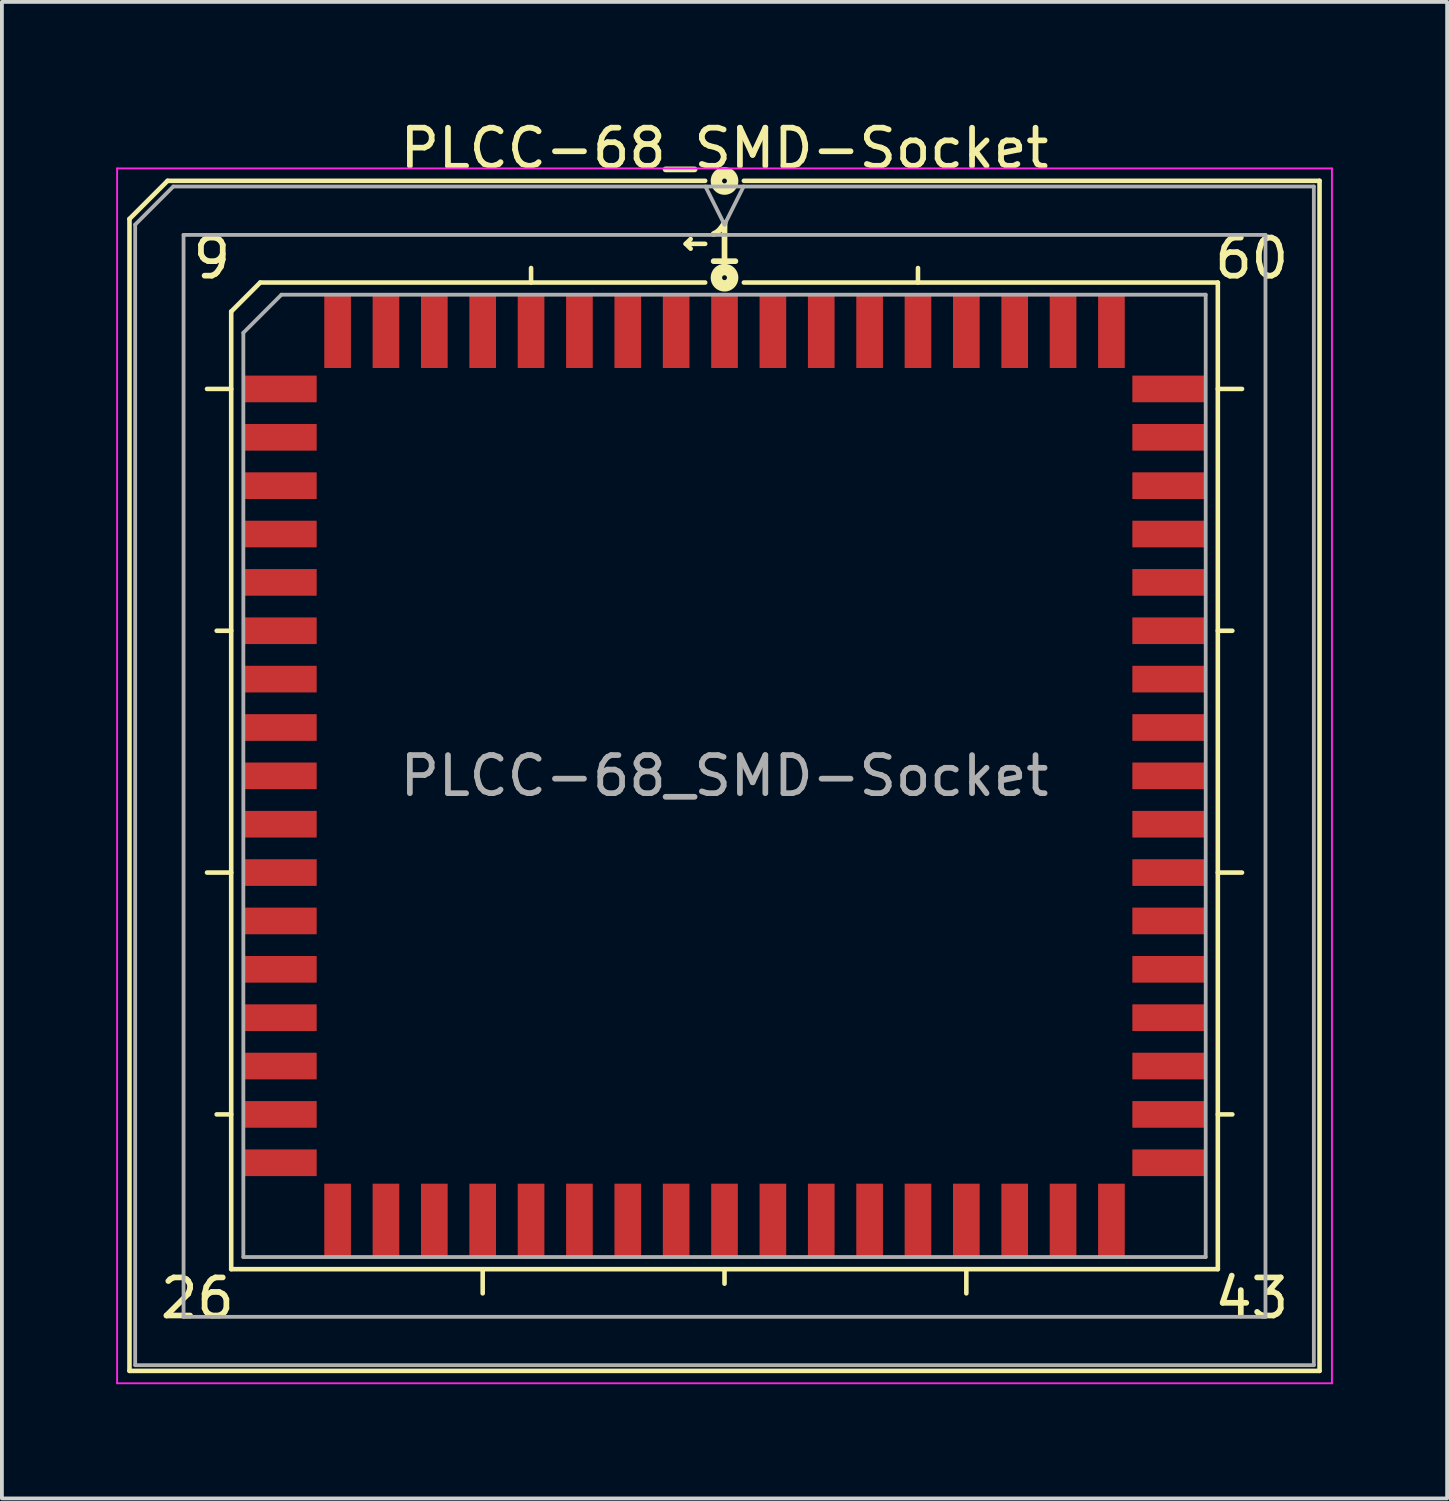
<source format=kicad_pcb>
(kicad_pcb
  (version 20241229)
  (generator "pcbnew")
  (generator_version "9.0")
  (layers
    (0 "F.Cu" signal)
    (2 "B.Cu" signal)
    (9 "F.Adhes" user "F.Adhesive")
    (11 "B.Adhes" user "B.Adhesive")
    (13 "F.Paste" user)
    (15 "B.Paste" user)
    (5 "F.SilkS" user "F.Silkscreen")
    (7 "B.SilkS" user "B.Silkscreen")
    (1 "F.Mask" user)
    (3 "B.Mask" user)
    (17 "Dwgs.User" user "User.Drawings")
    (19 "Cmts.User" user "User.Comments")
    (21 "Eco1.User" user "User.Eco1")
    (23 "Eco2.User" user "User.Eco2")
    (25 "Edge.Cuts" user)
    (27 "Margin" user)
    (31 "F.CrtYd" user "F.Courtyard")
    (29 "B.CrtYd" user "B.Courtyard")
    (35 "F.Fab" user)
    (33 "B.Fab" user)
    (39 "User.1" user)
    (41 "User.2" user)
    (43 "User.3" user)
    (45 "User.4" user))
  (footprint "PLCC-68_SMD-Socket"
    (layer "F.Cu")
    (at 15.975 17.323)
    (property "Reference" "PLCC-68_SMD-Socket" (at 0 -16.475 0) (layer "F.SilkS") (effects (font (size 1 1) (thickness 0.15))))
    (attr smd)
    (fp_line (start -15.625 -14.625) (end -15.625 15.625) (stroke (width 0.12) (type solid)) (layer "F.SilkS"))
    (fp_line (start -15.625 15.625) (end 15.625 15.625) (stroke (width 0.12) (type solid)) (layer "F.SilkS"))
    (fp_line (start -14.625 -15.625) (end -15.625 -14.625) (stroke (width 0.12) (type solid)) (layer "F.SilkS"))
    (fp_line (start -12.954 -12.192) (end -12.954 12.954) (stroke (width 0.12) (type solid)) (layer "F.SilkS"))
    (fp_line (start -12.954 -10.16) (end -13.589 -10.16) (stroke (width 0.12) (type solid)) (layer "F.SilkS"))
    (fp_line (start -12.954 -3.81) (end -13.335 -3.81) (stroke (width 0.12) (type solid)) (layer "F.SilkS"))
    (fp_line (start -12.954 2.54) (end -13.589 2.54) (stroke (width 0.12) (type solid)) (layer "F.SilkS"))
    (fp_line (start -12.954 8.89) (end -13.335 8.89) (stroke (width 0.12) (type solid)) (layer "F.SilkS"))
    (fp_line (start -12.954 12.954) (end 12.954 12.954) (stroke (width 0.12) (type solid)) (layer "F.SilkS"))
    (fp_line (start -12.192 -12.954) (end -12.954 -12.192) (stroke (width 0.12) (type solid)) (layer "F.SilkS"))
    (fp_line (start -6.35 12.954) (end -6.35 13.589) (stroke (width 0.12) (type solid)) (layer "F.SilkS"))
    (fp_line (start -5.08 -12.954) (end -5.08 -13.335) (stroke (width 0.12) (type solid)) (layer "F.SilkS"))
    (fp_line (start -1.016 -13.97) (end -0.889 -14.097) (stroke (width 0.12) (type solid)) (layer "F.SilkS"))
    (fp_line (start -1.016 -13.97) (end -0.889 -13.843) (stroke (width 0.12) (type solid)) (layer "F.SilkS"))
    (fp_line (start -0.508 -15.625) (end -14.625 -15.625) (stroke (width 0.12) (type solid)) (layer "F.SilkS"))
    (fp_line (start -0.508 -13.97) (end -1.016 -13.97) (stroke (width 0.12) (type solid)) (layer "F.SilkS"))
    (fp_line (start -0.508 -12.954) (end -12.192 -12.954) (stroke (width 0.12) (type solid)) (layer "F.SilkS"))
    (fp_line (start 0 12.954) (end 0 13.335) (stroke (width 0.12) (type solid)) (layer "F.SilkS"))
    (fp_line (start 5.08 -12.954) (end 5.08 -13.335) (stroke (width 0.12) (type solid)) (layer "F.SilkS"))
    (fp_line (start 6.35 12.954) (end 6.35 13.589) (stroke (width 0.12) (type solid)) (layer "F.SilkS"))
    (fp_line (start 12.954 -12.954) (end 0.508 -12.954) (stroke (width 0.12) (type solid)) (layer "F.SilkS"))
    (fp_line (start 12.954 -10.16) (end 13.589 -10.16) (stroke (width 0.12) (type solid)) (layer "F.SilkS"))
    (fp_line (start 12.954 -3.81) (end 13.335 -3.81) (stroke (width 0.12) (type solid)) (layer "F.SilkS"))
    (fp_line (start 12.954 2.54) (end 13.589 2.54) (stroke (width 0.12) (type solid)) (layer "F.SilkS"))
    (fp_line (start 12.954 8.89) (end 13.335 8.89) (stroke (width 0.12) (type solid)) (layer "F.SilkS"))
    (fp_line (start 12.954 12.954) (end 12.954 -12.954) (stroke (width 0.12) (type solid)) (layer "F.SilkS"))
    (fp_line (start 15.625 -15.625) (end 0.508 -15.625) (stroke (width 0.12) (type solid)) (layer "F.SilkS"))
    (fp_line (start 15.625 15.625) (end 15.625 -15.625) (stroke (width 0.12) (type solid)) (layer "F.SilkS"))
    (fp_circle (center 0 -15.621) (end 0.064 -15.621) (stroke (width 0.3) (type solid)) (fill no) (layer "F.SilkS"))
    (fp_circle (center 0 -13.081) (end 0.064 -13.081) (stroke (width 0.3) (type solid)) (fill no) (layer "F.SilkS"))
    (fp_line (start -15.95 -15.95) (end -15.95 15.95) (stroke (width 0.05) (type solid)) (layer "F.CrtYd"))
    (fp_line (start -15.95 15.95) (end 15.95 15.95) (stroke (width 0.05) (type solid)) (layer "F.CrtYd"))
    (fp_line (start 15.95 -15.95) (end -15.95 -15.95) (stroke (width 0.05) (type solid)) (layer "F.CrtYd"))
    (fp_line (start 15.95 15.95) (end 15.95 -15.95) (stroke (width 0.05) (type solid)) (layer "F.CrtYd"))
    (fp_line (start -15.475 -14.475) (end -15.475 15.475) (stroke (width 0.1) (type solid)) (layer "F.Fab"))
    (fp_line (start -15.475 15.475) (end 15.475 15.475) (stroke (width 0.1) (type solid)) (layer "F.Fab"))
    (fp_line (start -14.475 -15.475) (end -15.475 -14.475) (stroke (width 0.1) (type solid)) (layer "F.Fab"))
    (fp_line (start -14.205 -14.205) (end -14.205 14.205) (stroke (width 0.1) (type solid)) (layer "F.Fab"))
    (fp_line (start -14.205 14.205) (end 14.205 14.205) (stroke (width 0.1) (type solid)) (layer "F.Fab"))
    (fp_line (start -12.635 -11.635) (end -12.635 12.635) (stroke (width 0.1) (type solid)) (layer "F.Fab"))
    (fp_line (start -12.635 12.635) (end 12.635 12.635) (stroke (width 0.1) (type solid)) (layer "F.Fab"))
    (fp_line (start -11.635 -12.635) (end -12.635 -11.635) (stroke (width 0.1) (type solid)) (layer "F.Fab"))
    (fp_line (start -0.5 -15.475) (end 0 -14.475) (stroke (width 0.1) (type solid)) (layer "F.Fab"))
    (fp_line (start 0 -14.475) (end 0.5 -15.475) (stroke (width 0.1) (type solid)) (layer "F.Fab"))
    (fp_line (start 12.635 -12.635) (end -11.635 -12.635) (stroke (width 0.1) (type solid)) (layer "F.Fab"))
    (fp_line (start 12.635 12.635) (end 12.635 -12.635) (stroke (width 0.1) (type solid)) (layer "F.Fab"))
    (fp_line (start 14.205 -14.205) (end -14.205 -14.205) (stroke (width 0.1) (type solid)) (layer "F.Fab"))
    (fp_line (start 14.205 14.205) (end 14.205 -14.205) (stroke (width 0.1) (type solid)) (layer "F.Fab"))
    (fp_line (start 15.475 -15.475) (end -14.475 -15.475) (stroke (width 0.1) (type solid)) (layer "F.Fab"))
    (fp_line (start 15.475 15.475) (end 15.475 -15.475) (stroke (width 0.1) (type solid)) (layer "F.Fab"))
    (fp_text user "60" (at 13.843 -13.589 0) (unlocked yes) (layer "F.SilkS") (effects (font (size 1 1) (thickness 0.15))))
    (fp_text user "1" (at 0 -13.97 0) (unlocked yes) (layer "F.SilkS") (effects (font (size 1 1) (thickness 0.15))))
    (fp_text user "9" (at -13.462 -13.589 0) (unlocked yes) (layer "F.SilkS") (effects (font (size 1 1) (thickness 0.15))))
    (fp_text user "43" (at 13.843 13.716 0) (unlocked yes) (layer "F.SilkS") (effects (font (size 1 1) (thickness 0.15))))
    (fp_text user "26" (at -13.843 13.716 0) (unlocked yes) (layer "F.SilkS") (effects (font (size 1 1) (thickness 0.15))))
    (fp_text user "${REFERENCE}" (at 0 0 0) (layer "F.Fab") (effects (font (size 1 1) (thickness 0.15))))
    (pad "1" smd rect (at 0 -11.672) (size 0.7 1.925) (layers "F.Cu" "F.Mask" "F.Paste"))
    (pad "2" smd rect (at -1.27 -11.672) (size 0.7 1.925) (layers "F.Cu" "F.Mask" "F.Paste"))
    (pad "3" smd rect (at -2.54 -11.672) (size 0.7 1.925) (layers "F.Cu" "F.Mask" "F.Paste"))
    (pad "4" smd rect (at -3.81 -11.672) (size 0.7 1.925) (layers "F.Cu" "F.Mask" "F.Paste"))
    (pad "5" smd rect (at -5.08 -11.672) (size 0.7 1.925) (layers "F.Cu" "F.Mask" "F.Paste"))
    (pad "6" smd rect (at -6.35 -11.672) (size 0.7 1.925) (layers "F.Cu" "F.Mask" "F.Paste"))
    (pad "7" smd rect (at -7.62 -11.672) (size 0.7 1.925) (layers "F.Cu" "F.Mask" "F.Paste"))
    (pad "8" smd rect (at -8.89 -11.672) (size 0.7 1.925) (layers "F.Cu" "F.Mask" "F.Paste"))
    (pad "9" smd rect (at -10.16 -11.672) (size 0.7 1.925) (layers "F.Cu" "F.Mask" "F.Paste"))
    (pad "10" smd rect (at -11.672 -10.16) (size 1.925 0.7) (layers "F.Cu" "F.Mask" "F.Paste"))
    (pad "11" smd rect (at -11.672 -8.89) (size 1.925 0.7) (layers "F.Cu" "F.Mask" "F.Paste"))
    (pad "12" smd rect (at -11.672 -7.62) (size 1.925 0.7) (layers "F.Cu" "F.Mask" "F.Paste"))
    (pad "13" smd rect (at -11.672 -6.35) (size 1.925 0.7) (layers "F.Cu" "F.Mask" "F.Paste"))
    (pad "14" smd rect (at -11.672 -5.08) (size 1.925 0.7) (layers "F.Cu" "F.Mask" "F.Paste"))
    (pad "15" smd rect (at -11.672 -3.81) (size 1.925 0.7) (layers "F.Cu" "F.Mask" "F.Paste"))
    (pad "16" smd rect (at -11.672 -2.54) (size 1.925 0.7) (layers "F.Cu" "F.Mask" "F.Paste"))
    (pad "17" smd rect (at -11.672 -1.27) (size 1.925 0.7) (layers "F.Cu" "F.Mask" "F.Paste"))
    (pad "18" smd rect (at -11.672 0) (size 1.925 0.7) (layers "F.Cu" "F.Mask" "F.Paste"))
    (pad "19" smd rect (at -11.672 1.27) (size 1.925 0.7) (layers "F.Cu" "F.Mask" "F.Paste"))
    (pad "20" smd rect (at -11.672 2.54) (size 1.925 0.7) (layers "F.Cu" "F.Mask" "F.Paste"))
    (pad "21" smd rect (at -11.672 3.81) (size 1.925 0.7) (layers "F.Cu" "F.Mask" "F.Paste"))
    (pad "22" smd rect (at -11.672 5.08) (size 1.925 0.7) (layers "F.Cu" "F.Mask" "F.Paste"))
    (pad "23" smd rect (at -11.672 6.35) (size 1.925 0.7) (layers "F.Cu" "F.Mask" "F.Paste"))
    (pad "24" smd rect (at -11.672 7.62) (size 1.925 0.7) (layers "F.Cu" "F.Mask" "F.Paste"))
    (pad "25" smd rect (at -11.672 8.89) (size 1.925 0.7) (layers "F.Cu" "F.Mask" "F.Paste"))
    (pad "26" smd rect (at -11.672 10.16) (size 1.925 0.7) (layers "F.Cu" "F.Mask" "F.Paste"))
    (pad "27" smd rect (at -10.16 11.672) (size 0.7 1.925) (layers "F.Cu" "F.Mask" "F.Paste"))
    (pad "28" smd rect (at -8.89 11.672) (size 0.7 1.925) (layers "F.Cu" "F.Mask" "F.Paste"))
    (pad "29" smd rect (at -7.62 11.672) (size 0.7 1.925) (layers "F.Cu" "F.Mask" "F.Paste"))
    (pad "30" smd rect (at -6.35 11.672) (size 0.7 1.925) (layers "F.Cu" "F.Mask" "F.Paste"))
    (pad "31" smd rect (at -5.08 11.672) (size 0.7 1.925) (layers "F.Cu" "F.Mask" "F.Paste"))
    (pad "32" smd rect (at -3.81 11.672) (size 0.7 1.925) (layers "F.Cu" "F.Mask" "F.Paste"))
    (pad "33" smd rect (at -2.54 11.672) (size 0.7 1.925) (layers "F.Cu" "F.Mask" "F.Paste"))
    (pad "34" smd rect (at -1.27 11.672) (size 0.7 1.925) (layers "F.Cu" "F.Mask" "F.Paste"))
    (pad "35" smd rect (at 0 11.672) (size 0.7 1.925) (layers "F.Cu" "F.Mask" "F.Paste"))
    (pad "36" smd rect (at 1.27 11.672) (size 0.7 1.925) (layers "F.Cu" "F.Mask" "F.Paste"))
    (pad "37" smd rect (at 2.54 11.672) (size 0.7 1.925) (layers "F.Cu" "F.Mask" "F.Paste"))
    (pad "38" smd rect (at 3.81 11.672) (size 0.7 1.925) (layers "F.Cu" "F.Mask" "F.Paste"))
    (pad "39" smd rect (at 5.08 11.672) (size 0.7 1.925) (layers "F.Cu" "F.Mask" "F.Paste"))
    (pad "40" smd rect (at 6.35 11.672) (size 0.7 1.925) (layers "F.Cu" "F.Mask" "F.Paste"))
    (pad "41" smd rect (at 7.62 11.672) (size 0.7 1.925) (layers "F.Cu" "F.Mask" "F.Paste"))
    (pad "42" smd rect (at 8.89 11.672) (size 0.7 1.925) (layers "F.Cu" "F.Mask" "F.Paste"))
    (pad "43" smd rect (at 10.16 11.672) (size 0.7 1.925) (layers "F.Cu" "F.Mask" "F.Paste"))
    (pad "44" smd rect (at 11.672 10.16) (size 1.925 0.7) (layers "F.Cu" "F.Mask" "F.Paste"))
    (pad "45" smd rect (at 11.672 8.89) (size 1.925 0.7) (layers "F.Cu" "F.Mask" "F.Paste"))
    (pad "46" smd rect (at 11.672 7.62) (size 1.925 0.7) (layers "F.Cu" "F.Mask" "F.Paste"))
    (pad "47" smd rect (at 11.672 6.35) (size 1.925 0.7) (layers "F.Cu" "F.Mask" "F.Paste"))
    (pad "48" smd rect (at 11.672 5.08) (size 1.925 0.7) (layers "F.Cu" "F.Mask" "F.Paste"))
    (pad "49" smd rect (at 11.672 3.81) (size 1.925 0.7) (layers "F.Cu" "F.Mask" "F.Paste"))
    (pad "50" smd rect (at 11.672 2.54) (size 1.925 0.7) (layers "F.Cu" "F.Mask" "F.Paste"))
    (pad "51" smd rect (at 11.672 1.27) (size 1.925 0.7) (layers "F.Cu" "F.Mask" "F.Paste"))
    (pad "52" smd rect (at 11.672 0) (size 1.925 0.7) (layers "F.Cu" "F.Mask" "F.Paste"))
    (pad "53" smd rect (at 11.672 -1.27) (size 1.925 0.7) (layers "F.Cu" "F.Mask" "F.Paste"))
    (pad "54" smd rect (at 11.672 -2.54) (size 1.925 0.7) (layers "F.Cu" "F.Mask" "F.Paste"))
    (pad "55" smd rect (at 11.672 -3.81) (size 1.925 0.7) (layers "F.Cu" "F.Mask" "F.Paste"))
    (pad "56" smd rect (at 11.672 -5.08) (size 1.925 0.7) (layers "F.Cu" "F.Mask" "F.Paste"))
    (pad "57" smd rect (at 11.672 -6.35) (size 1.925 0.7) (layers "F.Cu" "F.Mask" "F.Paste"))
    (pad "58" smd rect (at 11.672 -7.62) (size 1.925 0.7) (layers "F.Cu" "F.Mask" "F.Paste"))
    (pad "59" smd rect (at 11.672 -8.89) (size 1.925 0.7) (layers "F.Cu" "F.Mask" "F.Paste"))
    (pad "60" smd rect (at 11.672 -10.16) (size 1.925 0.7) (layers "F.Cu" "F.Mask" "F.Paste"))
    (pad "61" smd rect (at 10.16 -11.672) (size 0.7 1.925) (layers "F.Cu" "F.Mask" "F.Paste"))
    (pad "62" smd rect (at 8.89 -11.672) (size 0.7 1.925) (layers "F.Cu" "F.Mask" "F.Paste"))
    (pad "63" smd rect (at 7.62 -11.672) (size 0.7 1.925) (layers "F.Cu" "F.Mask" "F.Paste"))
    (pad "64" smd rect (at 6.35 -11.672) (size 0.7 1.925) (layers "F.Cu" "F.Mask" "F.Paste"))
    (pad "65" smd rect (at 5.08 -11.672) (size 0.7 1.925) (layers "F.Cu" "F.Mask" "F.Paste"))
    (pad "66" smd rect (at 3.81 -11.672) (size 0.7 1.925) (layers "F.Cu" "F.Mask" "F.Paste"))
    (pad "67" smd rect (at 2.54 -11.672) (size 0.7 1.925) (layers "F.Cu" "F.Mask" "F.Paste"))
    (pad "68" smd rect (at 1.27 -11.672) (size 0.7 1.925) (layers "F.Cu" "F.Mask" "F.Paste")))
  (gr_rect
    (start -3 -3)
    (end 34.95 36.298)
    (stroke (width 0.1) (type default))
    (fill no)
    (layer "Edge.Cuts")))
</source>
